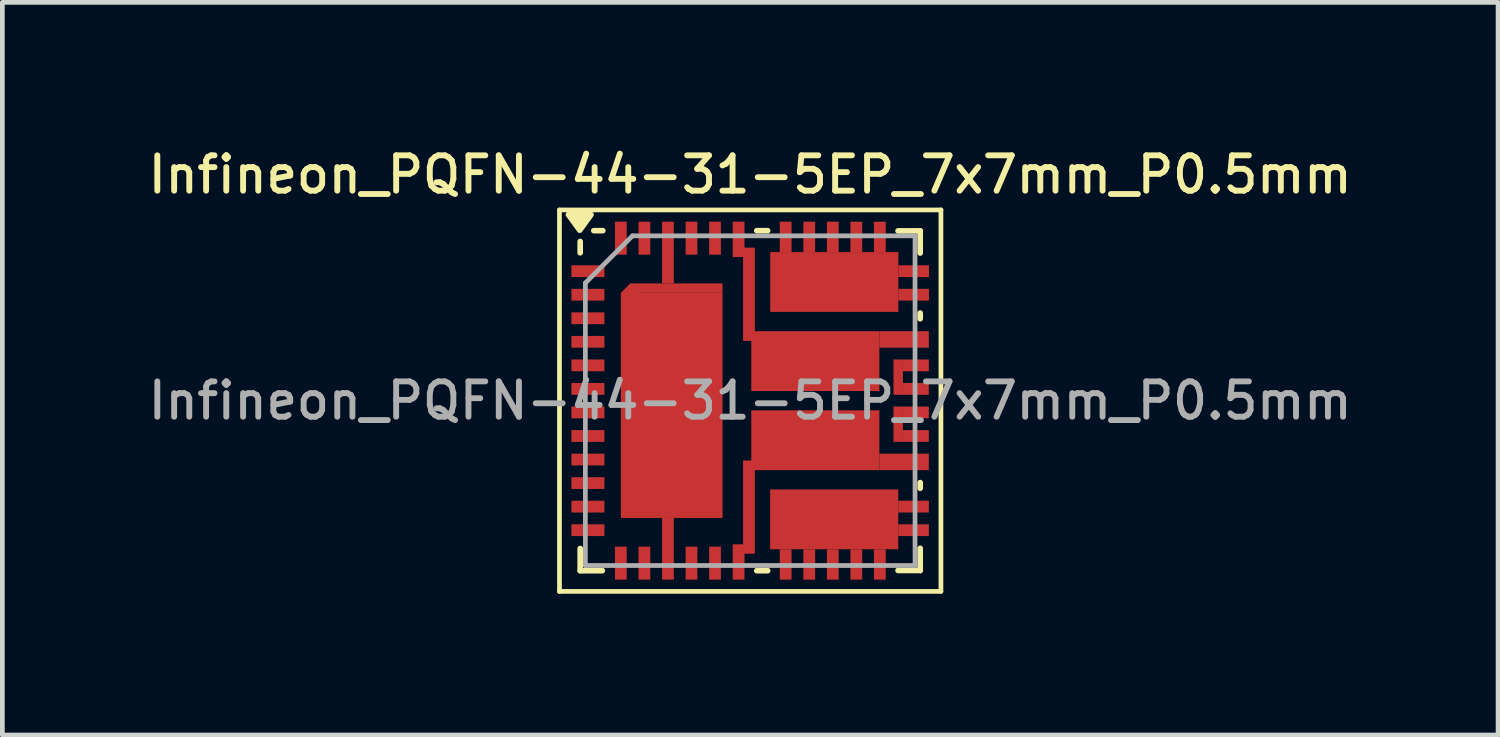
<source format=kicad_pcb>
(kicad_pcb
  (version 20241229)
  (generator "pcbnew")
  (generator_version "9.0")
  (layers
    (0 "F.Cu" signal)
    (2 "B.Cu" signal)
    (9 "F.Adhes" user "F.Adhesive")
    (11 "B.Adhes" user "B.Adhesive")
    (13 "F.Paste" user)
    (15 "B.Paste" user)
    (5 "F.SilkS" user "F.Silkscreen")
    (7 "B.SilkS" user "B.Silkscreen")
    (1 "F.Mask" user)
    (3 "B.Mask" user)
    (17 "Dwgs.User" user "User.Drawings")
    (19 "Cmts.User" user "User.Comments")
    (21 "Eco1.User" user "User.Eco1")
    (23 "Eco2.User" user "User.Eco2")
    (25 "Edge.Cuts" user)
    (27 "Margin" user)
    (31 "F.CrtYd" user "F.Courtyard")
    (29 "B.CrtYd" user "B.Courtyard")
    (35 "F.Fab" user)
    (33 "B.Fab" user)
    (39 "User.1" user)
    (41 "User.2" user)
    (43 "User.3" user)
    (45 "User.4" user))
  (footprint "Infineon_PQFN-44-31-5EP_7x7mm_P0.5mm"
    (layer "F.Cu")
    (at 12.88 5.458)
    (property "Reference" "Infineon_PQFN-44-31-5EP_7x7mm_P0.5mm" (at 0 -4.8 0) (layer "F.SilkS") (effects (font (size 0.75 0.75) (thickness 0.125))))
    (attr smd)
    (fp_line (start -4.05 -4.05) (end -4.05 4.05) (stroke (width 0.1) (type solid)) (layer "F.SilkS"))
    (fp_line (start -4.05 4.05) (end 4.05 4.05) (stroke (width 0.1) (type solid)) (layer "F.SilkS"))
    (fp_line (start -3.61 -3.38) (end -3.61 -3.14) (stroke (width 0.12) (type solid)) (layer "F.SilkS"))
    (fp_line (start -3.61 3.61) (end -3.61 3.14) (stroke (width 0.12) (type solid)) (layer "F.SilkS"))
    (fp_line (start -3.14 3.61) (end -3.61 3.61) (stroke (width 0.12) (type solid)) (layer "F.SilkS"))
    (fp_line (start -3.13 -3.61) (end -3.32 -3.61) (stroke (width 0.12) (type solid)) (layer "F.SilkS"))
    (fp_line (start 0.14 -3.61) (end 0.37 -3.61) (stroke (width 0.12) (type solid)) (layer "F.SilkS"))
    (fp_line (start 0.14 3.61) (end 0.37 3.61) (stroke (width 0.12) (type solid)) (layer "F.SilkS"))
    (fp_line (start 3.61 -3.605) (end 3.14 -3.605) (stroke (width 0.12) (type solid)) (layer "F.SilkS"))
    (fp_line (start 3.61 -3.605) (end 3.61 -3.135) (stroke (width 0.12) (type solid)) (layer "F.SilkS"))
    (fp_line (start 3.61 -1.86) (end 3.61 -1.74) (stroke (width 0.12) (type solid)) (layer "F.SilkS"))
    (fp_line (start 3.61 1.86) (end 3.61 1.74) (stroke (width 0.12) (type solid)) (layer "F.SilkS"))
    (fp_line (start 3.61 3.135) (end 3.61 3.605) (stroke (width 0.12) (type solid)) (layer "F.SilkS"))
    (fp_line (start 3.61 3.605) (end 3.14 3.605) (stroke (width 0.12) (type solid)) (layer "F.SilkS"))
    (fp_line (start 4.05 -4.05) (end -4.05 -4.05) (stroke (width 0.1) (type solid)) (layer "F.SilkS"))
    (fp_line (start 4.05 4.05) (end 4.05 -4.05) (stroke (width 0.1) (type solid)) (layer "F.SilkS"))
    (fp_poly (pts (xy -3.62 -3.62) (xy -3.86 -3.95) (xy -3.38 -3.95) (xy -3.62 -3.62)) (stroke (width 0.12) (type solid)) (fill yes) (layer "F.SilkS"))
    (fp_line (start -3.5 3.5) (end -3.5 -2.5) (stroke (width 0.1) (type solid)) (layer "F.Fab"))
    (fp_line (start -2.5 -3.5) (end -3.5 -2.5) (stroke (width 0.1) (type solid)) (layer "F.Fab"))
    (fp_line (start -2.5 -3.5) (end 3.5 -3.5) (stroke (width 0.1) (type solid)) (layer "F.Fab"))
    (fp_line (start 3.5 -3.5) (end 3.5 3.5) (stroke (width 0.1) (type solid)) (layer "F.Fab"))
    (fp_line (start 3.5 3.5) (end -3.5 3.5) (stroke (width 0.1) (type solid)) (layer "F.Fab"))
    (fp_text user "${REFERENCE}" (at 0 0 0) (layer "F.Fab") (effects (font (size 0.75 0.75) (thickness 0.125))))
    (pad "" smd rect (at -3.321 -2.75) (size 0.39 0.22) (layers "F.Paste"))
    (pad "" smd rect (at -3.321 -2.25) (size 0.39 0.22) (layers "F.Paste"))
    (pad "" smd rect (at -3.321 -1.75) (size 0.39 0.22) (layers "F.Paste"))
    (pad "" smd rect (at -3.321 -1.25) (size 0.39 0.22) (layers "F.Paste"))
    (pad "" smd rect (at -3.321 -0.75) (size 0.39 0.22) (layers "F.Paste"))
    (pad "" smd rect (at -3.321 -0.25) (size 0.39 0.22) (layers "F.Paste"))
    (pad "" smd rect (at -3.321 0.25) (size 0.39 0.22) (layers "F.Paste"))
    (pad "" smd rect (at -3.321 0.75) (size 0.39 0.22) (layers "F.Paste"))
    (pad "" smd rect (at -3.321 1.25) (size 0.39 0.22) (layers "F.Paste"))
    (pad "" smd rect (at -3.321 1.75) (size 0.39 0.22) (layers "F.Paste"))
    (pad "" smd rect (at -3.321 2.25) (size 0.39 0.22) (layers "F.Paste"))
    (pad "" smd rect (at -3.321 2.75) (size 0.39 0.22) (layers "F.Paste"))
    (pad "" smd rect (at -2.747 -3.325) (size 0.22 0.39) (layers "F.Paste"))
    (pad "" smd rect (at -2.747 3.325) (size 0.22 0.39) (layers "F.Paste"))
    (pad "" smd rect (at -2.247 -3.325) (size 0.22 0.39) (layers "F.Paste"))
    (pad "" smd rect (at -2.247 3.325) (size 0.22 0.39) (layers "F.Paste"))
    (pad "" smd rect (at -2.207 -1.76) (size 0.77 0.93) (layers "F.Mask" "F.Paste"))
    (pad "" smd rect (at -2.207 -0.52) (size 0.77 0.93) (layers "F.Mask" "F.Paste"))
    (pad "" smd rect (at -2.207 0.72) (size 0.77 0.93) (layers "F.Mask" "F.Paste"))
    (pad "" smd rect (at -2.207 1.96) (size 0.77 0.93) (layers "F.Mask" "F.Paste"))
    (pad "" smd rect (at -1.746 -3.015) (size 0.23 1.01) (layers "F.Paste"))
    (pad "" smd rect (at -1.746 3.015) (size 0.23 1.01) (layers "F.Paste"))
    (pad "" smd rect (at -1.246 -3.325) (size 0.22 0.39) (layers "F.Paste"))
    (pad "" smd rect (at -1.246 3.325) (size 0.22 0.39) (layers "F.Paste"))
    (pad "" smd rect (at -1.127 -1.76) (size 0.77 0.93) (layers "F.Mask" "F.Paste"))
    (pad "" smd rect (at -1.127 -0.52) (size 0.77 0.93) (layers "F.Mask" "F.Paste"))
    (pad "" smd rect (at -1.127 0.72) (size 0.77 0.93) (layers "F.Mask" "F.Paste"))
    (pad "" smd rect (at -1.127 1.96) (size 0.77 0.93) (layers "F.Mask" "F.Paste"))
    (pad "" smd rect (at -0.747 -3.325) (size 0.22 0.39) (layers "F.Paste"))
    (pad "" smd rect (at -0.747 3.325) (size 0.22 0.39) (layers "F.Paste"))
    (pad "" smd rect (at -0.246 -3.28) (size 0.23 0.44) (layers "F.Paste"))
    (pad "" smd rect (at -0.246 3.28) (size 0.23 0.44) (layers "F.Paste"))
    (pad "" smd rect (at -0.026 -3.07) (size 0.21 0.34) (layers "F.Paste"))
    (pad "" smd rect (at -0.026 -2.37) (size 0.21 0.34) (layers "F.Paste"))
    (pad "" smd rect (at -0.026 -1.67) (size 0.21 0.34) (layers "F.Paste"))
    (pad "" smd rect (at -0.026 1.67) (size 0.21 0.34) (layers "F.Paste"))
    (pad "" smd rect (at -0.026 2.37) (size 0.21 0.34) (layers "F.Paste"))
    (pad "" smd rect (at -0.026 3.07) (size 0.21 0.34) (layers "F.Paste"))
    (pad "" smd rect (at 0.473 -0.84) (size 0.68 0.9) (layers "F.Mask" "F.Paste"))
    (pad "" smd rect (at 0.473 0.84) (size 0.68 0.9) (layers "F.Mask" "F.Paste"))
    (pad "" smd rect (at 0.753 -3.325) (size 0.22 0.35) (layers "F.Mask" "F.Paste"))
    (pad "" smd rect (at 0.753 3.325) (size 0.22 0.35) (layers "F.Mask" "F.Paste"))
    (pad "" smd rect (at 0.876 -2.515) (size 0.65 0.9) (layers "F.Mask" "F.Paste"))
    (pad "" smd rect (at 0.876 2.515) (size 0.65 0.9) (layers "F.Mask" "F.Paste"))
    (pad "" smd rect (at 1.254 -3.325) (size 0.22 0.35) (layers "F.Mask" "F.Paste"))
    (pad "" smd rect (at 1.254 3.325) (size 0.22 0.35) (layers "F.Mask" "F.Paste"))
    (pad "" smd rect (at 1.383 -0.84) (size 0.68 0.9) (layers "F.Mask" "F.Paste"))
    (pad "" smd rect (at 1.383 0.84) (size 0.68 0.9) (layers "F.Mask" "F.Paste"))
    (pad "" smd rect (at 1.754 -3.325) (size 0.22 0.35) (layers "F.Mask" "F.Paste"))
    (pad "" smd rect (at 1.754 3.325) (size 0.22 0.35) (layers "F.Mask" "F.Paste"))
    (pad "" smd rect (at 1.786 -2.515) (size 0.65 0.9) (layers "F.Mask" "F.Paste"))
    (pad "" smd rect (at 1.786 2.515) (size 0.65 0.9) (layers "F.Mask" "F.Paste"))
    (pad "" smd rect (at 2.253 -3.325) (size 0.22 0.35) (layers "F.Mask" "F.Paste"))
    (pad "" smd rect (at 2.253 3.325) (size 0.22 0.35) (layers "F.Mask" "F.Paste"))
    (pad "" smd rect (at 2.293 -0.84) (size 0.68 0.9) (layers "F.Mask" "F.Paste"))
    (pad "" smd rect (at 2.293 0.84) (size 0.68 0.9) (layers "F.Mask" "F.Paste"))
    (pad "" smd rect (at 2.696 -2.515) (size 0.65 0.9) (layers "F.Mask" "F.Paste"))
    (pad "" smd rect (at 2.696 2.515) (size 0.65 0.9) (layers "F.Mask" "F.Paste"))
    (pad "" smd rect (at 2.753 -3.325) (size 0.22 0.35) (layers "F.Mask" "F.Paste"))
    (pad "" smd rect (at 2.753 3.325) (size 0.22 0.35) (layers "F.Mask" "F.Paste"))
    (pad "" smd rect (at 3.163 -1.3) (size 0.68 0.22) (layers "F.Mask" "F.Paste"))
    (pad "" smd rect (at 3.163 1.3) (size 0.68 0.22) (layers "F.Mask" "F.Paste"))
    (pad "" smd rect (at 3.284 -0.75) (size 0.44 0.22) (layers "F.Mask" "F.Paste"))
    (pad "" smd rect (at 3.284 -0.25) (size 0.44 0.22) (layers "F.Mask" "F.Paste"))
    (pad "" smd rect (at 3.284 0.25) (size 0.44 0.22) (layers "F.Mask" "F.Paste"))
    (pad "" smd rect (at 3.284 0.75) (size 0.44 0.22) (layers "F.Mask" "F.Paste"))
    (pad "" smd rect (at 3.364 -2.75) (size 0.28 0.22) (layers "F.Mask" "F.Paste"))
    (pad "" smd rect (at 3.364 -2.25) (size 0.28 0.22) (layers "F.Mask" "F.Paste"))
    (pad "" smd rect (at 3.364 2.25) (size 0.28 0.22) (layers "F.Mask" "F.Paste"))
    (pad "" smd rect (at 3.364 2.75) (size 0.28 0.22) (layers "F.Mask" "F.Paste"))
    (pad "1" smd rect (at -3.446 -2.75) (size 0.7 0.25) (layers "F.Cu" "F.Mask"))
    (pad "2" smd rect (at -3.446 -2.25) (size 0.7 0.25) (layers "F.Cu" "F.Mask"))
    (pad "3" smd rect (at -3.446 -1.75) (size 0.7 0.25) (layers "F.Cu" "F.Mask"))
    (pad "4" smd rect (at -3.446 -1.25) (size 0.7 0.25) (layers "F.Cu" "F.Mask"))
    (pad "5" smd rect (at -3.446 -0.75) (size 0.7 0.25) (layers "F.Cu" "F.Mask"))
    (pad "6" smd rect (at -3.446 -0.25) (size 0.7 0.25) (layers "F.Cu" "F.Mask"))
    (pad "7" smd rect (at -3.446 0.25) (size 0.7 0.25) (layers "F.Cu" "F.Mask"))
    (pad "8" smd rect (at -3.446 0.75) (size 0.7 0.25) (layers "F.Cu" "F.Mask"))
    (pad "9" smd rect (at -3.446 1.25) (size 0.7 0.25) (layers "F.Cu" "F.Mask"))
    (pad "10" smd rect (at -3.446 1.75) (size 0.7 0.25) (layers "F.Cu" "F.Mask"))
    (pad "11" smd rect (at -3.446 2.25) (size 0.7 0.25) (layers "F.Cu" "F.Mask"))
    (pad "12" smd rect (at -3.446 2.75) (size 0.7 0.25) (layers "F.Cu" "F.Mask"))
    (pad "13" smd rect (at -2.747 3.45) (size 0.25 0.7) (layers "F.Cu" "F.Mask"))
    (pad "14" smd rect (at -2.247 3.45) (size 0.25 0.7) (layers "F.Cu" "F.Mask"))
    (pad "16" smd rect (at -1.246 3.45) (size 0.25 0.7) (layers "F.Cu" "F.Mask"))
    (pad "17" smd rect (at -0.747 3.45) (size 0.25 0.7) (layers "F.Cu" "F.Mask"))
    (pad "19" smd rect (at 0.753 3.478) (size 0.25 0.645) (layers "F.Cu" "F.Mask"))
    (pad "19" smd rect (at 1.254 3.478) (size 0.25 0.645) (layers "F.Cu" "F.Mask"))
    (pad "19" smd rect (at 1.754 3.478) (size 0.25 0.645) (layers "F.Cu" "F.Mask"))
    (pad "19" smd rect (at 1.784 2.52) (size 2.72 1.27) (layers "F.Cu" "F.Mask"))
    (pad "19" smd rect (at 2.253 3.478) (size 0.25 0.645) (layers "F.Cu" "F.Mask"))
    (pad "19" smd rect (at 2.753 3.478) (size 0.25 0.645) (layers "F.Cu" "F.Mask"))
    (pad "19" smd rect (at 3.469 2.25) (size 0.65 0.25) (layers "F.Cu" "F.Mask"))
    (pad "19" smd rect (at 3.469 2.75) (size 0.65 0.25) (layers "F.Cu" "F.Mask"))
    (pad "20" smd rect (at -0.246 3.425) (size 0.25 0.75) (layers "F.Cu" "F.Mask"))
    (pad "20" smd rect (at -0.026 2.26) (size 0.25 1.98) (layers "F.Cu" "F.Mask"))
    (pad "20" smd rect (at 1.383 0.84) (size 2.72 1.27) (layers "F.Cu" "F.Mask"))
    (pad "20" smd rect (at 3.268 1.3) (size 1.05 0.35) (layers "F.Cu" "F.Mask"))
    (pad "21" smd rect (at 3.143 0.5) (size 0.2 0.75) (layers "F.Cu" "F.Mask"))
    (pad "21" smd rect (at 3.518 0.25) (size 0.55 0.25) (layers "F.Cu" "F.Mask"))
    (pad "21" smd rect (at 3.518 0.75) (size 0.55 0.25) (layers "F.Cu" "F.Mask"))
    (pad "22" smd rect (at 3.143 -0.5) (size 0.2 0.75) (layers "F.Cu" "F.Mask"))
    (pad "22" smd rect (at 3.518 -0.75) (size 0.55 0.25) (layers "F.Cu" "F.Mask"))
    (pad "22" smd rect (at 3.518 -0.25) (size 0.55 0.25) (layers "F.Cu" "F.Mask"))
    (pad "23" smd rect (at -0.246 -3.425) (size 0.25 0.75) (layers "F.Cu" "F.Mask"))
    (pad "23" smd rect (at -0.026 -2.26) (size 0.25 1.98) (layers "F.Cu" "F.Mask"))
    (pad "23" smd rect (at 1.383 -0.84) (size 2.72 1.27) (layers "F.Cu" "F.Mask"))
    (pad "23" smd rect (at 3.268 -1.3) (size 1.05 0.35) (layers "F.Cu" "F.Mask"))
    (pad "24" smd rect (at 0.753 -3.478) (size 0.25 0.645) (layers "F.Cu" "F.Mask"))
    (pad "24" smd rect (at 1.254 -3.478) (size 0.25 0.645) (layers "F.Cu" "F.Mask"))
    (pad "24" smd rect (at 1.754 -3.478) (size 0.25 0.645) (layers "F.Cu" "F.Mask"))
    (pad "24" smd rect (at 1.786 -2.52) (size 2.72 1.27) (layers "F.Cu" "F.Mask"))
    (pad "24" smd rect (at 2.253 -3.478) (size 0.25 0.645) (layers "F.Cu" "F.Mask"))
    (pad "24" smd rect (at 2.753 -3.478) (size 0.25 0.645) (layers "F.Cu" "F.Mask"))
    (pad "24" smd rect (at 3.471 -2.75) (size 0.65 0.25) (layers "F.Cu" "F.Mask"))
    (pad "24" smd rect (at 3.471 -2.25) (size 0.65 0.25) (layers "F.Cu" "F.Mask"))
    (pad "26" smd rect (at -0.747 -3.45) (size 0.25 0.7) (layers "F.Cu" "F.Mask"))
    (pad "27" smd rect (at -1.246 -3.45) (size 0.25 0.7) (layers "F.Cu" "F.Mask"))
    (pad "29" smd rect (at -2.247 -3.45) (size 0.25 0.7) (layers "F.Cu" "F.Mask"))
    (pad "30" smd rect (at -2.747 -3.45) (size 0.25 0.7) (layers "F.Cu" "F.Mask"))
    (pad "31" smd rect (at -2.546 -2.29 45) (size 0.283 0.283) (layers "F.Cu" "F.Mask"))
    (pad "31" smd rect (at -1.746 -3.145) (size 0.25 1.31) (layers "F.Cu" "F.Mask"))
    (pad "31" smd rect (at -1.746 3.145) (size 0.25 1.31) (layers "F.Cu" "F.Mask"))
    (pad "31" smd rect (at -1.667 0.1) (size 2.16 4.78) (layers "F.Cu" "F.Mask"))
    (pad "31" smd rect (at -1.567 -2.39) (size 1.96 0.2) (layers "F.Cu" "F.Mask")))
  (gr_rect
    (start -3 -3)
    (end 28.761 12.558)
    (stroke (width 0.1) (type default))
    (fill no)
    (layer "Edge.Cuts")))
</source>
